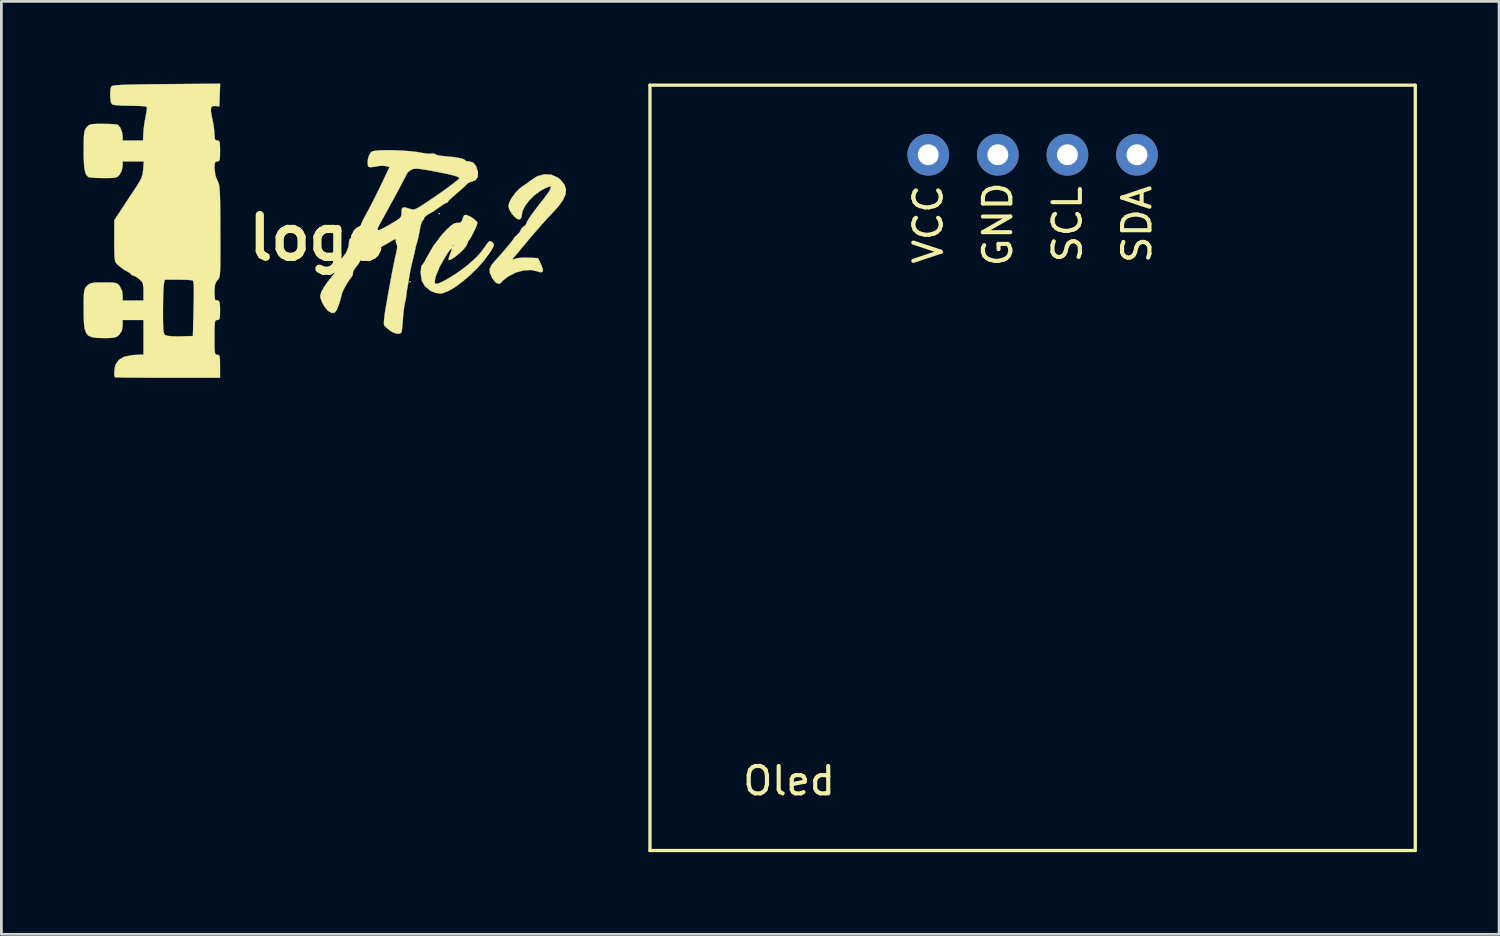
<source format=kicad_pcb>
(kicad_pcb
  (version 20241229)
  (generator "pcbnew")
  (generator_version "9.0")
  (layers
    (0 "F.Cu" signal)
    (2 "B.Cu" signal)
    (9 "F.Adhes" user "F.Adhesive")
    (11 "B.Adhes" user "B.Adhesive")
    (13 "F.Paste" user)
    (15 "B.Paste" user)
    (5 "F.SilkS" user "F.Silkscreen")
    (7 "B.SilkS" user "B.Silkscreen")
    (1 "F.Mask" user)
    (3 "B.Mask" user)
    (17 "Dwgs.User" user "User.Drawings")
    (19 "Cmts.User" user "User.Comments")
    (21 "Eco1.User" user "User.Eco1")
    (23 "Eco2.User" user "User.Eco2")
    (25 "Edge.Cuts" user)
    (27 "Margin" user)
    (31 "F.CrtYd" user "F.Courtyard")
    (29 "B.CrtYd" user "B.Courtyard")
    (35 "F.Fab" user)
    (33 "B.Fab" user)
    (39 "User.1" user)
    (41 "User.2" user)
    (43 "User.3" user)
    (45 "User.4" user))
  (footprint "Oled"
    (layer "F.Cu")
    (at 33.379 15.3)
    (property "Reference" "Oled" (at -7.62 10.16 0) (layer "F.SilkS") (effects (font (size 1 1) (thickness 0.15))))
    (attr through_hole)
    (fp_line (start -12.7 -15.24) (end 15.24 -15.24) (stroke (width 0.12) (type solid)) (layer "F.SilkS"))
    (fp_line (start -12.7 12.7) (end -12.7 -15.24) (stroke (width 0.12) (type solid)) (layer "F.SilkS"))
    (fp_line (start 15.24 -15.24) (end 15.24 12.7) (stroke (width 0.12) (type solid)) (layer "F.SilkS"))
    (fp_line (start 15.24 12.7) (end -12.7 12.7) (stroke (width 0.12) (type solid)) (layer "F.SilkS"))
    (fp_text user "GND" (at 0 -10.16 270) (layer "F.SilkS") (effects (font (size 1 1) (thickness 0.15))))
    (fp_text user "SDA" (at 5.08 -10.16 270) (layer "F.SilkS") (effects (font (size 1 1) (thickness 0.15))))
    (fp_text user "SCL" (at 2.54 -10.16 270) (layer "F.SilkS") (effects (font (size 1 1) (thickness 0.15))))
    (fp_text user "VCC" (at -2.54 -10.16 270) (layer "F.SilkS") (effects (font (size 1 1) (thickness 0.15))))
    (pad "0" thru_hole circle (at -2.54 -12.7 270) (size 1.524 1.524) (drill 0.762) (layers "*.Cu" "*.Mask"))
    (pad "1" thru_hole circle (at 0 -12.7 270) (size 1.524 1.524) (drill 0.762) (layers "*.Cu" "*.Mask"))
    (pad "2" thru_hole circle (at 2.54 -12.7 270) (size 1.524 1.524) (drill 0.762) (layers "*.Cu" "*.Mask"))
    (pad "3" thru_hole circle (at 5.08 -12.7 270) (size 1.524 1.524) (drill 0.762) (layers "*.Cu" "*.Mask")))
  (footprint "logo"
    (layer "F.Cu")
    (at 8.539 5.636)
    (property "Reference" "logo" (at 0 0 0) (layer "F.SilkS") (effects (font (size 1.524 1.524) (thickness 0.3))))
    (attr through_hole)
    (fp_poly (pts (xy 0.61 1.194) (xy 0.584 1.219) (xy 0.559 1.194) (xy 0.584 1.168) (xy 0.61 1.194)) (stroke (width 0.01) (type solid)) (fill yes) (layer "F.SilkS"))
    (fp_poly (pts (xy 3.404 1.6) (xy 3.378 1.626) (xy 3.353 1.6) (xy 3.378 1.575) (xy 3.404 1.6)) (stroke (width 0.01) (type solid)) (fill yes) (layer "F.SilkS"))
    (fp_poly (pts (xy 4.47 -0.889) (xy 4.445 -0.864) (xy 4.42 -0.889) (xy 4.445 -0.914) (xy 4.47 -0.889)) (stroke (width 0.01) (type solid)) (fill yes) (layer "F.SilkS"))
    (fp_poly (pts (xy 5.456 -0.833) (xy 5.584 -0.776) (xy 5.712 -0.693) (xy 5.808 -0.607) (xy 5.842 -0.548) (xy 5.82 -0.472) (xy 5.766 -0.343) (xy 5.693 -0.192) (xy 5.618 -0.048) (xy 5.555 0.057) (xy 5.524 0.093) (xy 5.488 0.152) (xy 5.486 0.172) (xy 5.448 0.267) (xy 5.348 0.399) (xy 5.206 0.543) (xy 5.044 0.677) (xy 4.994 0.713) (xy 4.859 0.796) (xy 4.793 0.81) (xy 4.788 0.749) (xy 4.839 0.606) (xy 4.852 0.575) (xy 4.904 0.434) (xy 4.906 0.379) (xy 4.862 0.409) (xy 4.775 0.523) (xy 4.695 0.643) (xy 4.469 1.038) (xy 4.327 1.382) (xy 4.294 1.511) (xy 4.279 1.625) (xy 4.307 1.67) (xy 4.353 1.676) (xy 4.457 1.647) (xy 4.621 1.569) (xy 4.824 1.453) (xy 5.045 1.313) (xy 5.264 1.161) (xy 5.461 1.01) (xy 5.512 0.967) (xy 5.686 0.814) (xy 5.814 0.694) (xy 5.92 0.579) (xy 6.027 0.444) (xy 6.161 0.26) (xy 6.218 0.18) (xy 6.282 0.113) (xy 6.346 0.129) (xy 6.37 0.148) (xy 6.426 0.202) (xy 6.443 0.258) (xy 6.415 0.34) (xy 6.337 0.47) (xy 6.281 0.556) (xy 6.082 0.825) (xy 5.844 1.094) (xy 5.582 1.351) (xy 5.311 1.584) (xy 5.046 1.78) (xy 4.802 1.928) (xy 4.593 2.014) (xy 4.481 2.032) (xy 4.304 2.004) (xy 4.138 1.937) (xy 4.135 1.935) (xy 3.927 1.768) (xy 3.81 1.565) (xy 3.772 1.309) (xy 3.773 1.257) (xy 3.784 1.107) (xy 3.8 1.012) (xy 3.814 0.993) (xy 3.85 0.962) (xy 3.912 0.863) (xy 3.958 0.773) (xy 4.223 0.31) (xy 4.245 0.279) (xy 4.928 0.279) (xy 4.953 0.305) (xy 4.978 0.279) (xy 4.953 0.254) (xy 4.928 0.279) (xy 4.245 0.279) (xy 4.538 -0.111) (xy 4.708 -0.294) (xy 4.865 -0.441) (xy 4.981 -0.521) (xy 5.075 -0.549) (xy 5.115 -0.548) (xy 5.214 -0.554) (xy 5.271 -0.617) (xy 5.301 -0.7) (xy 5.345 -0.811) (xy 5.403 -0.843) (xy 5.456 -0.833)) (stroke (width 0.01) (type solid)) (fill yes) (layer "F.SilkS"))
    (fp_poly (pts (xy 8.535 -2.309) (xy 8.771 -2.206) (xy 8.884 -2.113) (xy 9.016 -1.945) (xy 9.074 -1.772) (xy 9.056 -1.584) (xy 8.958 -1.372) (xy 8.778 -1.128) (xy 8.514 -0.84) (xy 8.51 -0.836) (xy 8.366 -0.684) (xy 8.176 -0.473) (xy 7.957 -0.222) (xy 7.726 0.049) (xy 7.5 0.32) (xy 7.485 0.338) (xy 7.365 0.483) (xy 7.252 0.616) (xy 7.219 0.655) (xy 7.134 0.759) (xy 7.122 0.798) (xy 7.182 0.779) (xy 7.214 0.762) (xy 7.315 0.736) (xy 7.481 0.722) (xy 7.678 0.721) (xy 7.684 0.722) (xy 8.052 0.737) (xy 8.162 0.965) (xy 8.228 1.135) (xy 8.225 1.231) (xy 8.152 1.256) (xy 8.027 1.22) (xy 7.793 1.17) (xy 7.52 1.187) (xy 7.238 1.265) (xy 6.98 1.398) (xy 6.972 1.404) (xy 6.834 1.505) (xy 6.738 1.588) (xy 6.706 1.632) (xy 6.663 1.668) (xy 6.606 1.676) (xy 6.509 1.629) (xy 6.399 1.491) (xy 6.376 1.454) (xy 6.296 1.283) (xy 6.286 1.14) (xy 6.351 0.996) (xy 6.484 0.836) (xy 6.629 0.677) (xy 6.781 0.503) (xy 6.926 0.333) (xy 7.048 0.185) (xy 7.132 0.076) (xy 7.163 0.024) (xy 7.199 -0.028) (xy 7.285 -0.107) (xy 7.29 -0.111) (xy 7.379 -0.201) (xy 7.417 -0.281) (xy 7.417 -0.281) (xy 7.457 -0.359) (xy 7.518 -0.406) (xy 7.599 -0.47) (xy 7.62 -0.513) (xy 7.654 -0.598) (xy 7.752 -0.756) (xy 7.914 -0.982) (xy 8.137 -1.272) (xy 8.256 -1.423) (xy 8.419 -1.639) (xy 8.508 -1.786) (xy 8.524 -1.865) (xy 8.465 -1.877) (xy 8.331 -1.823) (xy 8.144 -1.719) (xy 7.926 -1.561) (xy 7.733 -1.371) (xy 7.581 -1.171) (xy 7.488 -0.982) (xy 7.468 -0.87) (xy 7.44 -0.73) (xy 7.383 -0.676) (xy 7.298 -0.692) (xy 7.193 -0.774) (xy 7.088 -0.896) (xy 7.007 -1.033) (xy 6.971 -1.157) (xy 6.971 -1.163) (xy 7.004 -1.296) (xy 7.094 -1.464) (xy 7.223 -1.639) (xy 7.367 -1.792) (xy 7.482 -1.879) (xy 7.631 -1.978) (xy 7.763 -2.08) (xy 7.766 -2.083) (xy 8.016 -2.247) (xy 8.278 -2.322) (xy 8.535 -2.309)) (stroke (width 0.01) (type solid)) (fill yes) (layer "F.SilkS"))
    (fp_poly (pts (xy 2.81 -3.2) (xy 3.104 -3.187) (xy 3.389 -3.165) (xy 3.643 -3.136) (xy 3.823 -3.104) (xy 3.98 -3.078) (xy 4.103 -3.073) (xy 4.138 -3.079) (xy 4.244 -3.081) (xy 4.277 -3.067) (xy 4.35 -3.031) (xy 4.45 -3.006) (xy 4.605 -2.987) (xy 4.724 -2.977) (xy 4.974 -2.951) (xy 5.18 -2.917) (xy 5.322 -2.88) (xy 5.384 -2.844) (xy 5.385 -2.838) (xy 5.429 -2.807) (xy 5.535 -2.794) (xy 5.536 -2.794) (xy 5.685 -2.751) (xy 5.792 -2.621) (xy 5.86 -2.399) (xy 5.861 -2.396) (xy 5.853 -2.224) (xy 5.768 -2.105) (xy 5.624 -2.055) (xy 5.511 -2.012) (xy 5.44 -1.95) (xy 5.363 -1.871) (xy 5.232 -1.752) (xy 5.075 -1.616) (xy 5.045 -1.591) (xy 4.902 -1.467) (xy 4.799 -1.367) (xy 4.753 -1.307) (xy 4.753 -1.3) (xy 4.749 -1.289) (xy 4.744 -1.293) (xy 4.691 -1.276) (xy 4.581 -1.212) (xy 4.441 -1.115) (xy 4.299 -1.013) (xy 4.189 -0.941) (xy 4.138 -0.914) (xy 4.079 -0.886) (xy 3.982 -0.817) (xy 3.976 -0.813) (xy 3.901 -0.745) (xy 3.888 -0.711) (xy 3.892 -0.71) (xy 3.897 -0.689) (xy 3.866 -0.665) (xy 3.814 -0.59) (xy 3.769 -0.456) (xy 3.756 -0.399) (xy 3.706 -0.128) (xy 3.666 0.059) (xy 3.633 0.177) (xy 3.623 0.203) (xy 3.59 0.313) (xy 3.572 0.406) (xy 3.547 0.531) (xy 3.506 0.701) (xy 3.483 0.787) (xy 3.436 0.982) (xy 3.388 1.216) (xy 3.36 1.372) (xy 3.326 1.582) (xy 3.291 1.786) (xy 3.27 1.905) (xy 3.249 2.041) (xy 3.24 2.129) (xy 3.241 2.141) (xy 3.232 2.207) (xy 3.204 2.326) (xy 3.2 2.339) (xy 3.174 2.468) (xy 3.148 2.662) (xy 3.126 2.884) (xy 3.122 2.942) (xy 3.106 3.148) (xy 3.09 3.318) (xy 3.075 3.425) (xy 3.072 3.442) (xy 3.008 3.497) (xy 2.889 3.495) (xy 2.74 3.44) (xy 2.64 3.377) (xy 2.524 3.283) (xy 2.445 3.203) (xy 2.433 3.187) (xy 2.426 3.111) (xy 2.435 2.962) (xy 2.459 2.768) (xy 2.47 2.692) (xy 2.527 2.356) (xy 2.59 1.995) (xy 2.656 1.631) (xy 2.721 1.284) (xy 2.782 0.976) (xy 2.833 0.727) (xy 2.872 0.561) (xy 2.91 0.372) (xy 2.907 0.257) (xy 2.888 0.219) (xy 2.856 0.119) (xy 2.864 0.074) (xy 2.857 0.041) (xy 2.784 0.067) (xy 2.679 0.127) (xy 2.532 0.213) (xy 2.331 0.323) (xy 2.112 0.437) (xy 2.047 0.471) (xy 1.806 0.603) (xy 1.652 0.713) (xy 1.576 0.809) (xy 1.575 0.813) (xy 1.5 0.944) (xy 1.398 1.077) (xy 1.396 1.079) (xy 1.32 1.186) (xy 1.295 1.272) (xy 1.297 1.282) (xy 1.285 1.365) (xy 1.225 1.455) (xy 1.146 1.558) (xy 1.055 1.704) (xy 0.969 1.859) (xy 0.907 1.991) (xy 0.888 2.057) (xy 0.872 2.129) (xy 0.834 2.267) (xy 0.786 2.425) (xy 0.708 2.625) (xy 0.625 2.728) (xy 0.526 2.742) (xy 0.402 2.671) (xy 0.378 2.653) (xy 0.27 2.527) (xy 0.173 2.359) (xy 0.112 2.193) (xy 0.102 2.119) (xy 0.136 1.987) (xy 0.232 1.807) (xy 0.374 1.603) (xy 0.492 1.46) (xy 0.59 1.335) (xy 0.651 1.228) (xy 0.66 1.192) (xy 0.693 1.099) (xy 0.76 1.006) (xy 0.824 0.917) (xy 0.835 0.859) (xy 0.849 0.798) (xy 0.906 0.727) (xy 1.051 0.537) (xy 1.133 0.322) (xy 1.143 0.256) (xy 1.157 0.108) (xy 1.18 0.033) (xy 1.225 -0.001) (xy 1.263 -0.013) (xy 1.347 -0.074) (xy 1.424 -0.188) (xy 1.428 -0.197) (xy 1.48 -0.294) (xy 2.185 -0.294) (xy 2.21 -0.275) (xy 2.291 -0.3) (xy 2.437 -0.374) (xy 2.658 -0.498) (xy 2.718 -0.534) (xy 2.894 -0.64) (xy 2.999 -0.717) (xy 3.051 -0.783) (xy 3.068 -0.859) (xy 3.068 -0.931) (xy 3.076 -1.055) (xy 3.124 -1.112) (xy 3.228 -1.107) (xy 3.379 -1.06) (xy 3.453 -1.038) (xy 3.524 -1.038) (xy 3.61 -1.068) (xy 3.731 -1.135) (xy 3.907 -1.248) (xy 4.017 -1.322) (xy 4.312 -1.522) (xy 4.582 -1.71) (xy 4.815 -1.878) (xy 5 -2.018) (xy 5.126 -2.121) (xy 5.18 -2.178) (xy 5.182 -2.183) (xy 5.139 -2.222) (xy 5.008 -2.269) (xy 4.786 -2.326) (xy 4.468 -2.392) (xy 4.189 -2.445) (xy 3.922 -2.492) (xy 3.734 -2.52) (xy 3.605 -2.529) (xy 3.516 -2.522) (xy 3.447 -2.498) (xy 3.425 -2.487) (xy 3.318 -2.41) (xy 3.261 -2.338) (xy 3.226 -2.264) (xy 3.151 -2.117) (xy 3.043 -1.913) (xy 2.911 -1.666) (xy 2.763 -1.393) (xy 2.608 -1.109) (xy 2.473 -0.864) (xy 2.345 -0.631) (xy 2.26 -0.472) (xy 2.21 -0.371) (xy 2.188 -0.314) (xy 2.185 -0.294) (xy 1.48 -0.294) (xy 1.485 -0.304) (xy 1.532 -0.355) (xy 1.536 -0.356) (xy 1.57 -0.397) (xy 1.575 -0.433) (xy 1.599 -0.512) (xy 1.662 -0.651) (xy 1.753 -0.825) (xy 1.783 -0.878) (xy 1.884 -1.064) (xy 2.013 -1.312) (xy 2.154 -1.592) (xy 2.291 -1.873) (xy 2.313 -1.918) (xy 2.634 -2.591) (xy 2.508 -2.622) (xy 2.365 -2.636) (xy 2.22 -2.623) (xy 2.033 -2.59) (xy 1.922 -2.582) (xy 1.866 -2.599) (xy 1.842 -2.644) (xy 1.839 -2.659) (xy 1.834 -2.826) (xy 1.875 -2.993) (xy 1.948 -3.12) (xy 1.991 -3.155) (xy 2.099 -3.182) (xy 2.286 -3.198) (xy 2.531 -3.204) (xy 2.81 -3.2)) (stroke (width 0.01) (type solid)) (fill yes) (layer "F.SilkS"))
    (fp_poly (pts (xy -3.567 -5.216) (xy -3.581 -4.801) (xy -3.721 -4.817) (xy -3.824 -4.813) (xy -3.879 -4.764) (xy -3.892 -4.654) (xy -3.865 -4.469) (xy -3.838 -4.347) (xy -3.796 -4.132) (xy -3.768 -3.919) (xy -3.759 -3.781) (xy -3.752 -3.64) (xy -3.724 -3.573) (xy -3.663 -3.556) (xy -3.658 -3.556) (xy -3.606 -3.547) (xy -3.575 -3.506) (xy -3.561 -3.412) (xy -3.556 -3.244) (xy -3.556 -3.175) (xy -3.558 -2.98) (xy -3.569 -2.866) (xy -3.594 -2.811) (xy -3.639 -2.795) (xy -3.658 -2.794) (xy -3.719 -2.781) (xy -3.749 -2.723) (xy -3.759 -2.598) (xy -3.759 -2.542) (xy -3.724 -2.274) (xy -3.656 -2.105) (xy -3.627 -2.049) (xy -3.604 -1.988) (xy -3.587 -1.908) (xy -3.573 -1.8) (xy -3.563 -1.651) (xy -3.556 -1.45) (xy -3.551 -1.186) (xy -3.548 -0.847) (xy -3.546 -0.422) (xy -3.545 -0.249) (xy -3.544 0.208) (xy -3.543 0.573) (xy -3.545 0.859) (xy -3.548 1.076) (xy -3.555 1.235) (xy -3.565 1.347) (xy -3.58 1.424) (xy -3.599 1.475) (xy -3.625 1.513) (xy -3.649 1.54) (xy -3.714 1.633) (xy -3.748 1.753) (xy -3.759 1.935) (xy -3.759 1.972) (xy -3.754 2.134) (xy -3.739 2.245) (xy -3.721 2.28) (xy -3.637 2.278) (xy -3.587 2.318) (xy -3.563 2.418) (xy -3.556 2.597) (xy -3.556 2.642) (xy -3.559 2.828) (xy -3.571 2.936) (xy -3.599 2.985) (xy -3.65 2.997) (xy -3.658 2.997) (xy -3.7 3.003) (xy -3.728 3.031) (xy -3.746 3.099) (xy -3.755 3.222) (xy -3.759 3.417) (xy -3.759 3.632) (xy -3.758 3.896) (xy -3.754 4.074) (xy -3.743 4.184) (xy -3.723 4.242) (xy -3.692 4.264) (xy -3.658 4.267) (xy -3.608 4.275) (xy -3.577 4.314) (xy -3.562 4.402) (xy -3.557 4.56) (xy -3.556 4.686) (xy -3.556 5.105) (xy -5.465 5.105) (xy -5.895 5.105) (xy -6.293 5.103) (xy -6.646 5.101) (xy -6.944 5.098) (xy -7.176 5.094) (xy -7.33 5.09) (xy -7.394 5.085) (xy -7.396 5.084) (xy -7.416 5.011) (xy -7.415 4.881) (xy -7.397 4.736) (xy -7.365 4.619) (xy -7.363 4.612) (xy -7.243 4.448) (xy -7.057 4.34) (xy -6.793 4.283) (xy -6.693 4.275) (xy -6.35 4.256) (xy -6.35 2.997) (xy -7.112 2.997) (xy -7.112 3.203) (xy -7.139 3.387) (xy -7.231 3.528) (xy -7.237 3.533) (xy -7.306 3.593) (xy -7.384 3.63) (xy -7.495 3.649) (xy -7.666 3.656) (xy -7.808 3.656) (xy -8.05 3.65) (xy -8.232 3.625) (xy -8.361 3.568) (xy -8.448 3.467) (xy -8.499 3.308) (xy -8.525 3.08) (xy -8.534 2.769) (xy -8.534 2.671) (xy -5.639 2.671) (xy -5.638 2.983) (xy -5.634 3.208) (xy -5.625 3.363) (xy -5.61 3.461) (xy -5.587 3.519) (xy -5.555 3.551) (xy -5.55 3.554) (xy -5.459 3.577) (xy -5.295 3.592) (xy -5.084 3.596) (xy -5.004 3.594) (xy -4.547 3.581) (xy -4.521 2.579) (xy -4.513 2.223) (xy -4.511 1.957) (xy -4.514 1.768) (xy -4.524 1.645) (xy -4.54 1.576) (xy -4.563 1.55) (xy -4.642 1.538) (xy -4.795 1.53) (xy -4.996 1.525) (xy -5.103 1.524) (xy -5.575 1.524) (xy -5.607 1.683) (xy -5.618 1.787) (xy -5.627 1.971) (xy -5.634 2.215) (xy -5.638 2.495) (xy -5.639 2.671) (xy -8.534 2.671) (xy -8.534 2.592) (xy -8.534 2.308) (xy -8.53 2.107) (xy -8.519 1.971) (xy -8.5 1.881) (xy -8.47 1.818) (xy -8.425 1.765) (xy -8.41 1.75) (xy -8.343 1.692) (xy -8.269 1.655) (xy -8.163 1.635) (xy -8 1.627) (xy -7.804 1.626) (xy -7.578 1.627) (xy -7.43 1.636) (xy -7.337 1.656) (xy -7.275 1.694) (xy -7.221 1.755) (xy -7.217 1.759) (xy -7.132 1.94) (xy -7.112 2.09) (xy -7.112 2.286) (xy -6.35 2.286) (xy -6.35 1.96) (xy -6.354 1.778) (xy -6.374 1.663) (xy -6.422 1.582) (xy -6.506 1.503) (xy -6.623 1.419) (xy -6.719 1.374) (xy -6.735 1.372) (xy -6.8 1.347) (xy -6.807 1.329) (xy -6.848 1.279) (xy -6.936 1.228) (xy -7.052 1.167) (xy -7.165 1.086) (xy -7.313 0.958) (xy -7.319 0.953) (xy -7.357 0.909) (xy -7.384 0.848) (xy -7.401 0.752) (xy -7.411 0.605) (xy -7.416 0.389) (xy -7.417 0.111) (xy -7.417 -0.641) (xy -7.201 -0.972) (xy -7.09 -1.141) (xy -6.997 -1.284) (xy -6.939 -1.374) (xy -6.934 -1.381) (xy -6.884 -1.458) (xy -6.793 -1.595) (xy -6.679 -1.766) (xy -6.633 -1.835) (xy -6.504 -2.039) (xy -6.424 -2.196) (xy -6.381 -2.34) (xy -6.36 -2.502) (xy -6.338 -2.794) (xy -6.725 -2.794) (xy -7.112 -2.794) (xy -7.112 -2.623) (xy -7.146 -2.452) (xy -7.217 -2.318) (xy -7.271 -2.256) (xy -7.332 -2.217) (xy -7.421 -2.196) (xy -7.562 -2.187) (xy -7.779 -2.185) (xy -7.814 -2.185) (xy -8.032 -2.189) (xy -8.212 -2.199) (xy -8.331 -2.214) (xy -8.362 -2.223) (xy -8.428 -2.288) (xy -8.476 -2.388) (xy -8.508 -2.539) (xy -8.526 -2.756) (xy -8.534 -3.053) (xy -8.534 -3.19) (xy -8.533 -3.477) (xy -8.528 -3.681) (xy -8.515 -3.821) (xy -8.494 -3.916) (xy -8.462 -3.986) (xy -8.429 -4.032) (xy -8.375 -4.094) (xy -8.315 -4.133) (xy -8.226 -4.154) (xy -8.084 -4.163) (xy -7.868 -4.165) (xy -7.832 -4.165) (xy -7.615 -4.161) (xy -7.434 -4.151) (xy -7.315 -4.136) (xy -7.285 -4.127) (xy -7.191 -4.015) (xy -7.128 -3.846) (xy -7.112 -3.712) (xy -7.112 -3.556) (xy -6.366 -3.556) (xy -6.357 -3.811) (xy -6.341 -4.002) (xy -6.309 -4.233) (xy -6.277 -4.406) (xy -6.244 -4.583) (xy -6.227 -4.719) (xy -6.23 -4.786) (xy -6.23 -4.786) (xy -6.287 -4.802) (xy -6.426 -4.815) (xy -6.623 -4.823) (xy -6.851 -4.826) (xy -7.165 -4.832) (xy -7.38 -4.849) (xy -7.494 -4.877) (xy -7.508 -4.887) (xy -7.544 -4.974) (xy -7.563 -5.121) (xy -7.567 -5.291) (xy -7.552 -5.442) (xy -7.524 -5.53) (xy -7.495 -5.548) (xy -7.428 -5.563) (xy -7.314 -5.576) (xy -7.144 -5.587) (xy -6.911 -5.595) (xy -6.605 -5.602) (xy -6.218 -5.608) (xy -5.741 -5.613) (xy -5.516 -5.615) (xy -3.552 -5.631) (xy -3.567 -5.216)) (stroke (width 0.01) (type solid)) (fill yes) (layer "F.SilkS")))
  (gr_rect
    (start -3 -3)
    (end 51.679 31.06)
    (stroke (width 0.1) (type default))
    (fill no)
    (layer "Edge.Cuts")))
</source>
